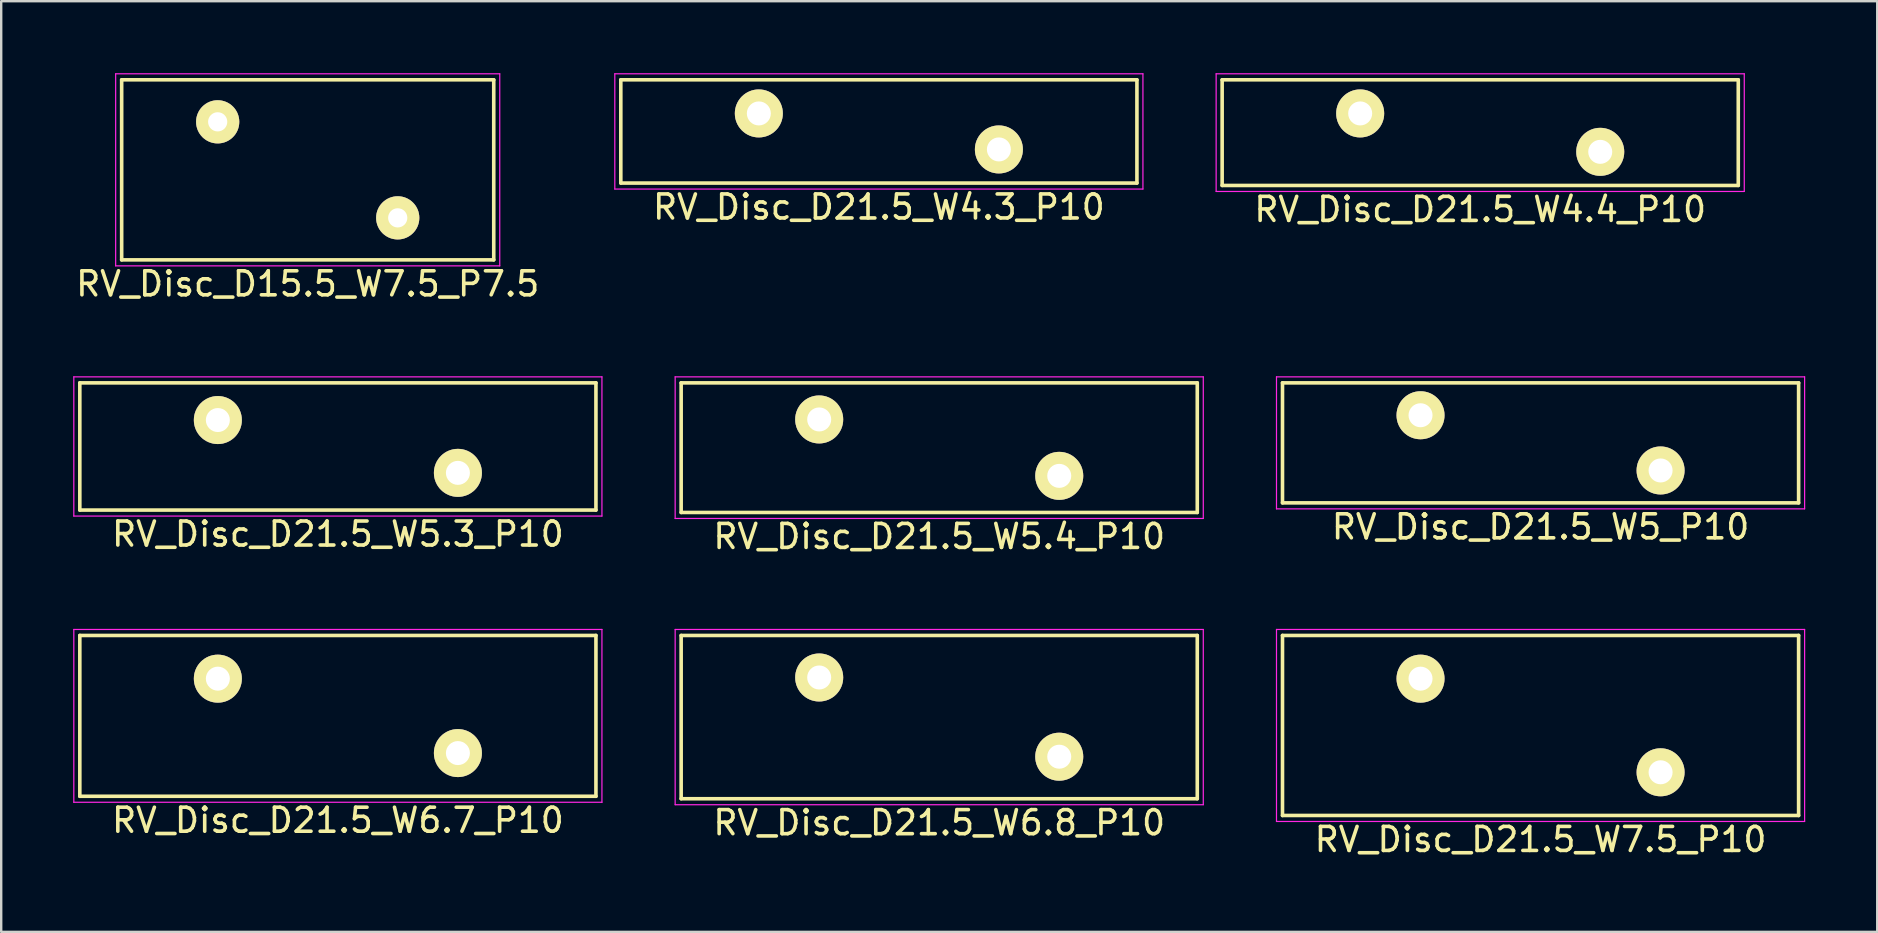
<source format=kicad_pcb>
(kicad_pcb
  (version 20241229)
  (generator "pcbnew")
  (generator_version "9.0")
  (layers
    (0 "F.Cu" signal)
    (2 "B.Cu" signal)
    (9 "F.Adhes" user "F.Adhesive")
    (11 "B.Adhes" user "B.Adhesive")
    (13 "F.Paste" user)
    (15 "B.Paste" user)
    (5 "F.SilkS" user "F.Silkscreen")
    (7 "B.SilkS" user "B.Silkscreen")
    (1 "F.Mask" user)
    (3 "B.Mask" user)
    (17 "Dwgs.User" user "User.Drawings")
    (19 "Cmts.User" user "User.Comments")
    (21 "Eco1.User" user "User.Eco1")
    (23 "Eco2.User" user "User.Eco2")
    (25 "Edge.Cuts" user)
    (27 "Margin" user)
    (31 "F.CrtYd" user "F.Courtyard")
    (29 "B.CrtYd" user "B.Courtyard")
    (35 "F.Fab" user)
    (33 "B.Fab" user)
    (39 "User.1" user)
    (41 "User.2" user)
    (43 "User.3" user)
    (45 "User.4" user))
  (footprint "RV_Disc_D21.5_W4.3_P10"
    (layer "F.Cu")
    (at 28.561 1.675)
    (property "Reference" "RV_Disc_D21.5_W4.3_P10" (at 5 3.9 0) (layer "F.SilkS") (effects (font (size 1 1) (thickness 0.15))))
    (attr through_hole)
    (fp_line (start -5.75 -1.4) (end -5.75 2.9) (stroke (width 0.15) (type solid)) (layer "F.SilkS"))
    (fp_line (start -5.75 -1.4) (end 15.75 -1.4) (stroke (width 0.15) (type solid)) (layer "F.SilkS"))
    (fp_line (start -5.75 2.9) (end 15.75 2.9) (stroke (width 0.15) (type solid)) (layer "F.SilkS"))
    (fp_line (start 15.75 -1.4) (end 15.75 2.9) (stroke (width 0.15) (type solid)) (layer "F.SilkS"))
    (fp_line (start -6 -1.65) (end -6 3.15) (stroke (width 0.05) (type solid)) (layer "F.CrtYd"))
    (fp_line (start -6 -1.65) (end 16 -1.65) (stroke (width 0.05) (type solid)) (layer "F.CrtYd"))
    (fp_line (start -6 3.15) (end 16 3.15) (stroke (width 0.05) (type solid)) (layer "F.CrtYd"))
    (fp_line (start 16 -1.65) (end 16 3.15) (stroke (width 0.05) (type solid)) (layer "F.CrtYd"))
    (pad "1" thru_hole circle (at 0 0) (size 2 2) (drill 1) (layers "*.Cu" "*.Mask" "F.SilkS"))
    (pad "2" thru_hole circle (at 10 1.5) (size 2 2) (drill 1) (layers "*.Cu" "*.Mask" "F.SilkS")))
  (footprint "RV_Disc_D21.5_W6.7_P10"
    (layer "F.Cu")
    (at 6.025 25.221)
    (property "Reference" "RV_Disc_D21.5_W6.7_P10" (at 5 5.9 0) (layer "F.SilkS") (effects (font (size 1 1) (thickness 0.15))))
    (attr through_hole)
    (fp_line (start -5.75 -1.8) (end -5.75 4.9) (stroke (width 0.15) (type solid)) (layer "F.SilkS"))
    (fp_line (start -5.75 -1.8) (end 15.75 -1.8) (stroke (width 0.15) (type solid)) (layer "F.SilkS"))
    (fp_line (start -5.75 4.9) (end 15.75 4.9) (stroke (width 0.15) (type solid)) (layer "F.SilkS"))
    (fp_line (start 15.75 -1.8) (end 15.75 4.9) (stroke (width 0.15) (type solid)) (layer "F.SilkS"))
    (fp_line (start -6 -2.05) (end -6 5.15) (stroke (width 0.05) (type solid)) (layer "F.CrtYd"))
    (fp_line (start -6 -2.05) (end 16 -2.05) (stroke (width 0.05) (type solid)) (layer "F.CrtYd"))
    (fp_line (start -6 5.15) (end 16 5.15) (stroke (width 0.05) (type solid)) (layer "F.CrtYd"))
    (fp_line (start 16 -2.05) (end 16 5.15) (stroke (width 0.05) (type solid)) (layer "F.CrtYd"))
    (pad "1" thru_hole circle (at 0 0) (size 2 2) (drill 1) (layers "*.Cu" "*.Mask" "F.SilkS"))
    (pad "2" thru_hole circle (at 10 3.1) (size 2 2) (drill 1) (layers "*.Cu" "*.Mask" "F.SilkS")))
  (footprint "RV_Disc_D21.5_W5.4_P10"
    (layer "F.Cu")
    (at 31.075 14.423)
    (property "Reference" "RV_Disc_D21.5_W5.4_P10" (at 5 4.875 0) (layer "F.SilkS") (effects (font (size 1 1) (thickness 0.15))))
    (attr through_hole)
    (fp_line (start -5.75 -1.525) (end -5.75 3.875) (stroke (width 0.15) (type solid)) (layer "F.SilkS"))
    (fp_line (start -5.75 -1.525) (end 15.75 -1.525) (stroke (width 0.15) (type solid)) (layer "F.SilkS"))
    (fp_line (start -5.75 3.875) (end 15.75 3.875) (stroke (width 0.15) (type solid)) (layer "F.SilkS"))
    (fp_line (start 15.75 -1.525) (end 15.75 3.875) (stroke (width 0.15) (type solid)) (layer "F.SilkS"))
    (fp_line (start -6 -1.775) (end -6 4.125) (stroke (width 0.05) (type solid)) (layer "F.CrtYd"))
    (fp_line (start -6 -1.775) (end 16 -1.775) (stroke (width 0.05) (type solid)) (layer "F.CrtYd"))
    (fp_line (start -6 4.125) (end 16 4.125) (stroke (width 0.05) (type solid)) (layer "F.CrtYd"))
    (fp_line (start 16 -1.775) (end 16 4.125) (stroke (width 0.05) (type solid)) (layer "F.CrtYd"))
    (pad "1" thru_hole circle (at 0 0) (size 2 2) (drill 1) (layers "*.Cu" "*.Mask" "F.SilkS"))
    (pad "2" thru_hole circle (at 10 2.35) (size 2 2) (drill 1) (layers "*.Cu" "*.Mask" "F.SilkS")))
  (footprint "RV_Disc_D21.5_W4.4_P10"
    (layer "F.Cu")
    (at 53.611 1.675)
    (property "Reference" "RV_Disc_D21.5_W4.4_P10" (at 5 4 0) (layer "F.SilkS") (effects (font (size 1 1) (thickness 0.15))))
    (attr through_hole)
    (fp_line (start -5.75 -1.4) (end -5.75 3) (stroke (width 0.15) (type solid)) (layer "F.SilkS"))
    (fp_line (start -5.75 -1.4) (end 15.75 -1.4) (stroke (width 0.15) (type solid)) (layer "F.SilkS"))
    (fp_line (start -5.75 3) (end 15.75 3) (stroke (width 0.15) (type solid)) (layer "F.SilkS"))
    (fp_line (start 15.75 -1.4) (end 15.75 3) (stroke (width 0.15) (type solid)) (layer "F.SilkS"))
    (fp_line (start -6 -1.65) (end -6 3.25) (stroke (width 0.05) (type solid)) (layer "F.CrtYd"))
    (fp_line (start -6 -1.65) (end 16 -1.65) (stroke (width 0.05) (type solid)) (layer "F.CrtYd"))
    (fp_line (start -6 3.25) (end 16 3.25) (stroke (width 0.05) (type solid)) (layer "F.CrtYd"))
    (fp_line (start 16 -1.65) (end 16 3.25) (stroke (width 0.05) (type solid)) (layer "F.CrtYd"))
    (pad "1" thru_hole circle (at 0 0) (size 2 2) (drill 1) (layers "*.Cu" "*.Mask" "F.SilkS"))
    (pad "2" thru_hole circle (at 10 1.6) (size 2 2) (drill 1) (layers "*.Cu" "*.Mask" "F.SilkS")))
  (footprint "RV_Disc_D15.5_W7.5_P7.5"
    (layer "F.Cu")
    (at 6.018 2.025)
    (property "Reference" "RV_Disc_D15.5_W7.5_P7.5" (at 3.75 6.75 0) (layer "F.SilkS") (effects (font (size 1 1) (thickness 0.15))))
    (attr through_hole)
    (fp_line (start -4 -1.75) (end -4 5.75) (stroke (width 0.15) (type solid)) (layer "F.SilkS"))
    (fp_line (start -4 -1.75) (end 11.5 -1.75) (stroke (width 0.15) (type solid)) (layer "F.SilkS"))
    (fp_line (start -4 5.75) (end 11.5 5.75) (stroke (width 0.15) (type solid)) (layer "F.SilkS"))
    (fp_line (start 11.5 -1.75) (end 11.5 5.75) (stroke (width 0.15) (type solid)) (layer "F.SilkS"))
    (fp_line (start -4.25 -2) (end -4.25 6) (stroke (width 0.05) (type solid)) (layer "F.CrtYd"))
    (fp_line (start -4.25 -2) (end 11.75 -2) (stroke (width 0.05) (type solid)) (layer "F.CrtYd"))
    (fp_line (start -4.25 6) (end 11.75 6) (stroke (width 0.05) (type solid)) (layer "F.CrtYd"))
    (fp_line (start 11.75 -2) (end 11.75 6) (stroke (width 0.05) (type solid)) (layer "F.CrtYd"))
    (pad "1" thru_hole circle (at 0 0) (size 1.8 1.8) (drill 0.8) (layers "*.Cu" "*.Mask" "F.SilkS"))
    (pad "2" thru_hole circle (at 7.5 4) (size 1.8 1.8) (drill 0.8) (layers "*.Cu" "*.Mask" "F.SilkS")))
  (footprint "RV_Disc_D21.5_W6.8_P10"
    (layer "F.Cu")
    (at 31.075 25.172)
    (property "Reference" "RV_Disc_D21.5_W6.8_P10" (at 5 6.05 0) (layer "F.SilkS") (effects (font (size 1 1) (thickness 0.15))))
    (attr through_hole)
    (fp_line (start -5.75 -1.75) (end -5.75 5.05) (stroke (width 0.15) (type solid)) (layer "F.SilkS"))
    (fp_line (start -5.75 -1.75) (end 15.75 -1.75) (stroke (width 0.15) (type solid)) (layer "F.SilkS"))
    (fp_line (start -5.75 5.05) (end 15.75 5.05) (stroke (width 0.15) (type solid)) (layer "F.SilkS"))
    (fp_line (start 15.75 -1.75) (end 15.75 5.05) (stroke (width 0.15) (type solid)) (layer "F.SilkS"))
    (fp_line (start -6 -2) (end -6 5.3) (stroke (width 0.05) (type solid)) (layer "F.CrtYd"))
    (fp_line (start -6 -2) (end 16 -2) (stroke (width 0.05) (type solid)) (layer "F.CrtYd"))
    (fp_line (start -6 5.3) (end 16 5.3) (stroke (width 0.05) (type solid)) (layer "F.CrtYd"))
    (fp_line (start 16 -2) (end 16 5.3) (stroke (width 0.05) (type solid)) (layer "F.CrtYd"))
    (pad "1" thru_hole circle (at 0 0) (size 2 2) (drill 1) (layers "*.Cu" "*.Mask" "F.SilkS"))
    (pad "2" thru_hole circle (at 10 3.3) (size 2 2) (drill 1) (layers "*.Cu" "*.Mask" "F.SilkS")))
  (footprint "RV_Disc_D21.5_W5.3_P10"
    (layer "F.Cu")
    (at 6.025 14.448)
    (property "Reference" "RV_Disc_D21.5_W5.3_P10" (at 5 4.75 0) (layer "F.SilkS") (effects (font (size 1 1) (thickness 0.15))))
    (attr through_hole)
    (fp_line (start -5.75 -1.55) (end -5.75 3.75) (stroke (width 0.15) (type solid)) (layer "F.SilkS"))
    (fp_line (start -5.75 -1.55) (end 15.75 -1.55) (stroke (width 0.15) (type solid)) (layer "F.SilkS"))
    (fp_line (start -5.75 3.75) (end 15.75 3.75) (stroke (width 0.15) (type solid)) (layer "F.SilkS"))
    (fp_line (start 15.75 -1.55) (end 15.75 3.75) (stroke (width 0.15) (type solid)) (layer "F.SilkS"))
    (fp_line (start -6 -1.8) (end -6 4) (stroke (width 0.05) (type solid)) (layer "F.CrtYd"))
    (fp_line (start -6 -1.8) (end 16 -1.8) (stroke (width 0.05) (type solid)) (layer "F.CrtYd"))
    (fp_line (start -6 4) (end 16 4) (stroke (width 0.05) (type solid)) (layer "F.CrtYd"))
    (fp_line (start 16 -1.8) (end 16 4) (stroke (width 0.05) (type solid)) (layer "F.CrtYd"))
    (pad "1" thru_hole circle (at 0 0) (size 2 2) (drill 1) (layers "*.Cu" "*.Mask" "F.SilkS"))
    (pad "2" thru_hole circle (at 10 2.2) (size 2 2) (drill 1) (layers "*.Cu" "*.Mask" "F.SilkS")))
  (footprint "RV_Disc_D21.5_W5_P10"
    (layer "F.Cu")
    (at 56.125 14.248)
    (property "Reference" "RV_Disc_D21.5_W5_P10" (at 5 4.65 0) (layer "F.SilkS") (effects (font (size 1 1) (thickness 0.15))))
    (attr through_hole)
    (fp_line (start -5.75 -1.35) (end -5.75 3.65) (stroke (width 0.15) (type solid)) (layer "F.SilkS"))
    (fp_line (start -5.75 -1.35) (end 15.75 -1.35) (stroke (width 0.15) (type solid)) (layer "F.SilkS"))
    (fp_line (start -5.75 3.65) (end 15.75 3.65) (stroke (width 0.15) (type solid)) (layer "F.SilkS"))
    (fp_line (start 15.75 -1.35) (end 15.75 3.65) (stroke (width 0.15) (type solid)) (layer "F.SilkS"))
    (fp_line (start -6 -1.6) (end -6 3.9) (stroke (width 0.05) (type solid)) (layer "F.CrtYd"))
    (fp_line (start -6 -1.6) (end 16 -1.6) (stroke (width 0.05) (type solid)) (layer "F.CrtYd"))
    (fp_line (start -6 3.9) (end 16 3.9) (stroke (width 0.05) (type solid)) (layer "F.CrtYd"))
    (fp_line (start 16 -1.6) (end 16 3.9) (stroke (width 0.05) (type solid)) (layer "F.CrtYd"))
    (pad "1" thru_hole circle (at 0 0) (size 2 2) (drill 1) (layers "*.Cu" "*.Mask" "F.SilkS"))
    (pad "2" thru_hole circle (at 10 2.3) (size 2 2) (drill 1) (layers "*.Cu" "*.Mask" "F.SilkS")))
  (footprint "RV_Disc_D21.5_W7.5_P10"
    (layer "F.Cu")
    (at 56.125 25.221)
    (property "Reference" "RV_Disc_D21.5_W7.5_P10" (at 5 6.7 0) (layer "F.SilkS") (effects (font (size 1 1) (thickness 0.15))))
    (attr through_hole)
    (fp_line (start -5.75 -1.8) (end -5.75 5.7) (stroke (width 0.15) (type solid)) (layer "F.SilkS"))
    (fp_line (start -5.75 -1.8) (end 15.75 -1.8) (stroke (width 0.15) (type solid)) (layer "F.SilkS"))
    (fp_line (start -5.75 5.7) (end 15.75 5.7) (stroke (width 0.15) (type solid)) (layer "F.SilkS"))
    (fp_line (start 15.75 -1.8) (end 15.75 5.7) (stroke (width 0.15) (type solid)) (layer "F.SilkS"))
    (fp_line (start -6 -2.05) (end -6 5.95) (stroke (width 0.05) (type solid)) (layer "F.CrtYd"))
    (fp_line (start -6 -2.05) (end 16 -2.05) (stroke (width 0.05) (type solid)) (layer "F.CrtYd"))
    (fp_line (start -6 5.95) (end 16 5.95) (stroke (width 0.05) (type solid)) (layer "F.CrtYd"))
    (fp_line (start 16 -2.05) (end 16 5.95) (stroke (width 0.05) (type solid)) (layer "F.CrtYd"))
    (pad "1" thru_hole circle (at 0 0) (size 2 2) (drill 1) (layers "*.Cu" "*.Mask" "F.SilkS"))
    (pad "2" thru_hole circle (at 10 3.9) (size 2 2) (drill 1) (layers "*.Cu" "*.Mask" "F.SilkS")))
  (gr_rect
    (start -3 -3)
    (end 75.15 35.77)
    (stroke (width 0.1) (type default))
    (fill no)
    (layer "Edge.Cuts")))
</source>
